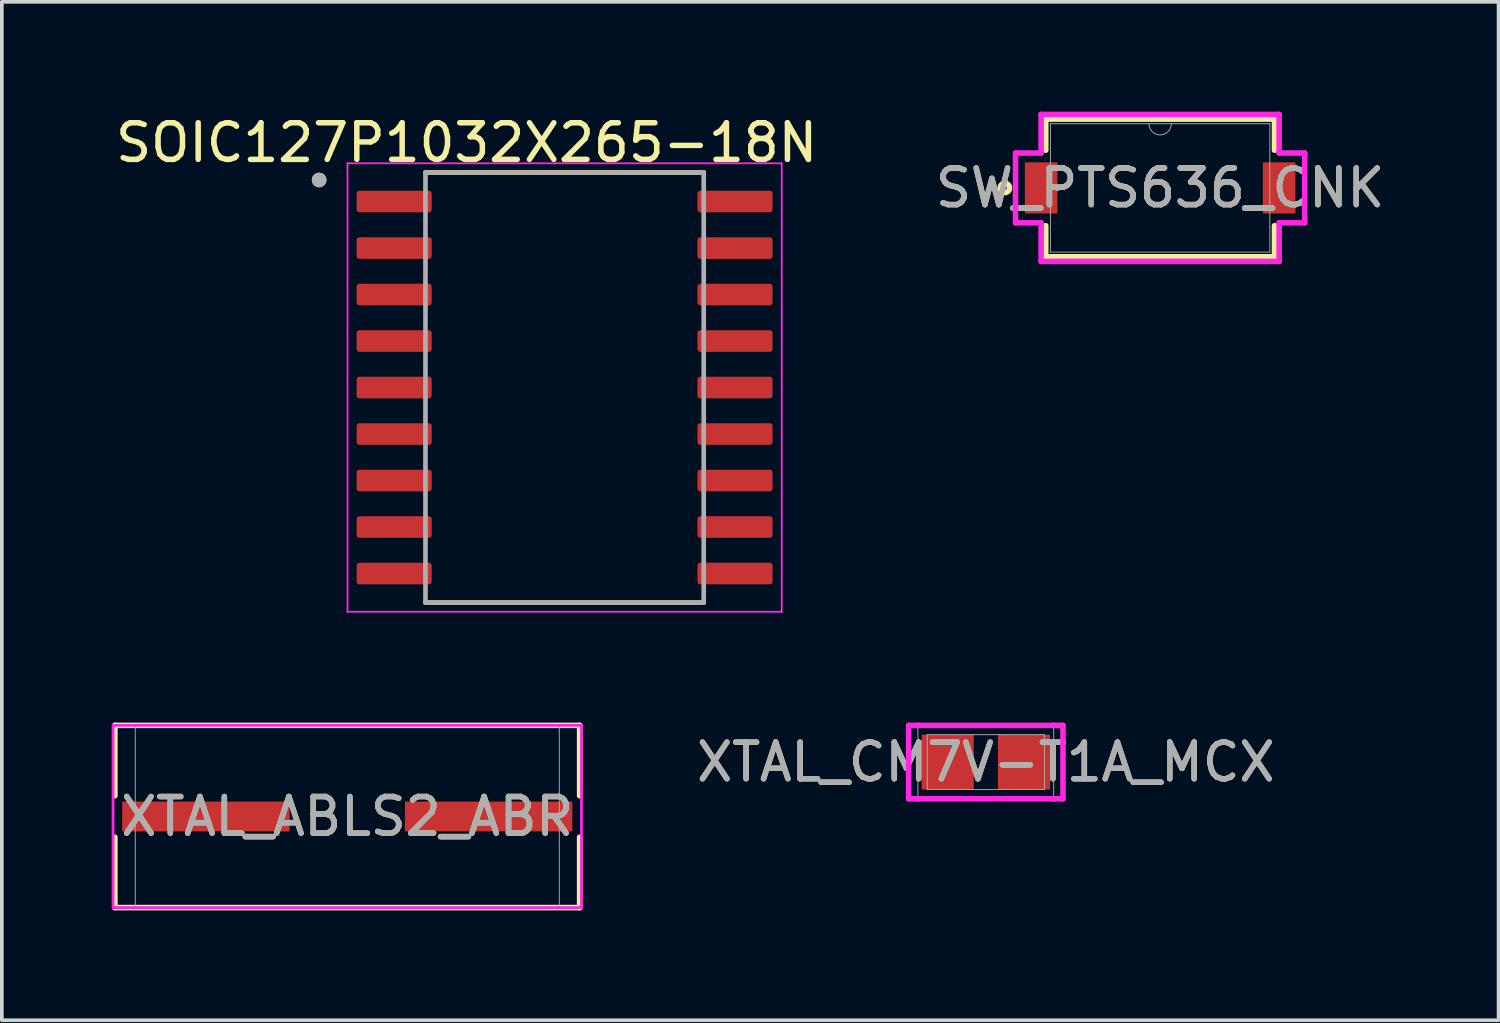
<source format=kicad_pcb>
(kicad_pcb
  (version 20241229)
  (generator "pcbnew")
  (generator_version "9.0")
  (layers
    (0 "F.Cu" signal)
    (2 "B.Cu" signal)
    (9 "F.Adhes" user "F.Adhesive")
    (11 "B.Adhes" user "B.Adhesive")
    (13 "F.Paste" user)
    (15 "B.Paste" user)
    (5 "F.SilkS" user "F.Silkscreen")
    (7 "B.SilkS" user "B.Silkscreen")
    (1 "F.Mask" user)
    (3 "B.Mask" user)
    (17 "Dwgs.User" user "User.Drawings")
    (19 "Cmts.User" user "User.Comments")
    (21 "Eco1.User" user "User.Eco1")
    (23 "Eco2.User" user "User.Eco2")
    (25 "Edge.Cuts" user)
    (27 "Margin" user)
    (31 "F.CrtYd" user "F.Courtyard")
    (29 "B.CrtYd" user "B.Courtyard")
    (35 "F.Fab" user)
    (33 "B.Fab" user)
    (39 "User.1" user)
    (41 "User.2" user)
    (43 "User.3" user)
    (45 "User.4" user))
  (footprint "SW_PTS636_CNK"
    (layer "F.Cu")
    (at 28.637 2.083)
    (property "Reference" "SW_PTS636_CNK" (at 0 0 0) (unlocked yes) (layer "F.SilkS") (effects (font (size 1 1) (thickness 0.15))))
    (attr smd)
    (fp_line (start -3.124 -1.88) (end -3.124 -1.031) (stroke (width 0.152) (type solid)) (layer "F.SilkS"))
    (fp_line (start -3.124 1.031) (end -3.124 1.88) (stroke (width 0.152) (type solid)) (layer "F.SilkS"))
    (fp_line (start -3.124 1.88) (end 3.124 1.88) (stroke (width 0.152) (type solid)) (layer "F.SilkS"))
    (fp_line (start 3.124 -1.88) (end -3.124 -1.88) (stroke (width 0.152) (type solid)) (layer "F.SilkS"))
    (fp_line (start 3.124 -1.031) (end 3.124 -1.88) (stroke (width 0.152) (type solid)) (layer "F.SilkS"))
    (fp_line (start 3.124 1.88) (end 3.124 1.031) (stroke (width 0.152) (type solid)) (layer "F.SilkS"))
    (fp_circle (center -4.241 0) (end -4.114 0) (stroke (width 0.152) (type solid)) (fill no) (layer "F.SilkS"))
    (fp_line (start -3.949 -0.953) (end -3.251 -0.953) (stroke (width 0.152) (type solid)) (layer "F.CrtYd"))
    (fp_line (start -3.949 0.953) (end -3.949 -0.953) (stroke (width 0.152) (type solid)) (layer "F.CrtYd"))
    (fp_line (start -3.949 0.953) (end -3.251 0.953) (stroke (width 0.152) (type solid)) (layer "F.CrtYd"))
    (fp_line (start -3.251 -2.007) (end 3.251 -2.007) (stroke (width 0.152) (type solid)) (layer "F.CrtYd"))
    (fp_line (start -3.251 -0.953) (end -3.251 -2.007) (stroke (width 0.152) (type solid)) (layer "F.CrtYd"))
    (fp_line (start -3.251 2.007) (end -3.251 0.953) (stroke (width 0.152) (type solid)) (layer "F.CrtYd"))
    (fp_line (start 3.251 -2.007) (end 3.251 -0.953) (stroke (width 0.152) (type solid)) (layer "F.CrtYd"))
    (fp_line (start 3.251 0.953) (end 3.251 2.007) (stroke (width 0.152) (type solid)) (layer "F.CrtYd"))
    (fp_line (start 3.251 2.007) (end -3.251 2.007) (stroke (width 0.152) (type solid)) (layer "F.CrtYd"))
    (fp_line (start 3.949 -0.953) (end 3.251 -0.953) (stroke (width 0.152) (type solid)) (layer "F.CrtYd"))
    (fp_line (start 3.949 -0.953) (end 3.949 0.953) (stroke (width 0.152) (type solid)) (layer "F.CrtYd"))
    (fp_line (start 3.949 0.953) (end 3.251 0.953) (stroke (width 0.152) (type solid)) (layer "F.CrtYd"))
    (fp_line (start -2.997 -1.753) (end -2.997 1.753) (stroke (width 0.025) (type solid)) (layer "F.Fab"))
    (fp_line (start -2.997 1.753) (end 2.997 1.753) (stroke (width 0.025) (type solid)) (layer "F.Fab"))
    (fp_line (start 2.997 -1.753) (end -2.997 -1.753) (stroke (width 0.025) (type solid)) (layer "F.Fab"))
    (fp_line (start 2.997 1.753) (end 2.997 -1.753) (stroke (width 0.025) (type solid)) (layer "F.Fab"))
    (fp_arc (start 0.3048 -1.7526) (mid 0 -1.4478) (end -0.3048 -1.7526) (stroke (width 0.0254) (type solid)) (layer "F.Fab"))
    (fp_circle (center -2.805 0) (end -2.729 0) (stroke (width 0.025) (type solid)) (fill no) (layer "F.Fab"))
    (fp_text user "${REFERENCE}" (at 0 0 0) (unlocked yes) (layer "F.Fab") (effects (font (size 1 1) (thickness 0.15))))
    (pad "1" smd rect (at -3.25 0) (size 0.889 1.397) (layers "F.Cu" "F.Mask" "F.Paste"))
    (pad "2" smd rect (at 3.25 0) (size 0.889 1.397) (layers "F.Cu" "F.Mask" "F.Paste")))
  (footprint "XTAL_ABLS2_ABR"
    (layer "F.Cu")
    (at 6.435 19.251)
    (property "Reference" "XTAL_ABLS2_ABR" (at 0 0 0) (unlocked yes) (layer "F.SilkS") (effects (font (size 1 1) (thickness 0.15))))
    (attr smd)
    (fp_line (start -6.347 -2.489) (end 6.347 -2.489) (stroke (width 0.152) (type solid)) (layer "F.SilkS"))
    (fp_line (start -6.347 -0.567) (end -6.347 -2.489) (stroke (width 0.152) (type solid)) (layer "F.SilkS"))
    (fp_line (start -6.347 2.489) (end -6.347 0.567) (stroke (width 0.152) (type solid)) (layer "F.SilkS"))
    (fp_line (start -6.347 2.489) (end 6.347 2.489) (stroke (width 0.152) (type solid)) (layer "F.SilkS"))
    (fp_line (start 6.347 -0.567) (end 6.347 -2.489) (stroke (width 0.152) (type solid)) (layer "F.SilkS"))
    (fp_line (start 6.347 2.489) (end 6.347 0.567) (stroke (width 0.152) (type solid)) (layer "F.SilkS"))
    (fp_line (start -6.397 -2.489) (end 6.397 -2.489) (stroke (width 0.076) (type solid)) (layer "F.CrtYd"))
    (fp_line (start -6.397 2.489) (end -6.397 -2.489) (stroke (width 0.076) (type solid)) (layer "F.CrtYd"))
    (fp_line (start 6.397 -2.489) (end 6.397 2.489) (stroke (width 0.076) (type solid)) (layer "F.CrtYd"))
    (fp_line (start 6.397 2.489) (end -6.397 2.489) (stroke (width 0.076) (type solid)) (layer "F.CrtYd"))
    (fp_line (start -5.791 -2.489) (end -5.791 2.489) (stroke (width 0.025) (type solid)) (layer "F.Fab"))
    (fp_line (start -5.791 2.489) (end 5.791 2.489) (stroke (width 0.025) (type solid)) (layer "F.Fab"))
    (fp_line (start 5.791 -2.489) (end -5.791 -2.489) (stroke (width 0.025) (type solid)) (layer "F.Fab"))
    (fp_line (start 5.791 2.489) (end 5.791 -2.489) (stroke (width 0.025) (type solid)) (layer "F.Fab"))
    (fp_text user "${REFERENCE}" (at 0 0 0) (unlocked yes) (layer "F.Fab") (effects (font (size 1 1) (thickness 0.15))))
    (pad "1" smd rect (at -3.861 0) (size 4.572 0.813) (layers "F.Cu" "F.Mask" "F.Paste"))
    (pad "2" smd rect (at 3.861 0) (size 4.572 0.813) (layers "F.Cu" "F.Mask" "F.Paste")))
  (footprint "XTAL_CM7V-T1A_MCX"
    (layer "F.Cu")
    (at 23.876 17.765)
    (property "Reference" "XTAL_CM7V-T1A_MCX" (at 0 0 0) (unlocked yes) (layer "F.SilkS") (effects (font (size 1 1) (thickness 0.15))))
    (attr smd)
    (fp_line (start -2.108 -1.003) (end -1.854 -1.003) (stroke (width 0.152) (type solid)) (layer "F.CrtYd"))
    (fp_line (start -2.108 1.003) (end -2.108 -1.003) (stroke (width 0.152) (type solid)) (layer "F.CrtYd"))
    (fp_line (start -1.854 -1.003) (end -1.854 -1.003) (stroke (width 0.152) (type solid)) (layer "F.CrtYd"))
    (fp_line (start -1.854 -1.003) (end 1.854 -1.003) (stroke (width 0.152) (type solid)) (layer "F.CrtYd"))
    (fp_line (start -1.854 1.003) (end -2.108 1.003) (stroke (width 0.152) (type solid)) (layer "F.CrtYd"))
    (fp_line (start -1.854 1.003) (end -1.854 1.003) (stroke (width 0.152) (type solid)) (layer "F.CrtYd"))
    (fp_line (start 1.854 -1.003) (end 1.854 -1.003) (stroke (width 0.152) (type solid)) (layer "F.CrtYd"))
    (fp_line (start 1.854 -1.003) (end 2.108 -1.003) (stroke (width 0.152) (type solid)) (layer "F.CrtYd"))
    (fp_line (start 1.854 1.003) (end -1.854 1.003) (stroke (width 0.152) (type solid)) (layer "F.CrtYd"))
    (fp_line (start 1.854 1.003) (end 1.854 1.003) (stroke (width 0.152) (type solid)) (layer "F.CrtYd"))
    (fp_line (start 2.108 -1.003) (end 2.108 1.003) (stroke (width 0.152) (type solid)) (layer "F.CrtYd"))
    (fp_line (start 2.108 1.003) (end 1.854 1.003) (stroke (width 0.152) (type solid)) (layer "F.CrtYd"))
    (fp_line (start -1.854 -1.003) (end 1.854 -1.003) (stroke (width 0.025) (type solid)) (layer "F.Fab"))
    (fp_line (start -1.854 1.003) (end -1.854 -1.003) (stroke (width 0.025) (type solid)) (layer "F.Fab"))
    (fp_line (start -1.6 -0.749) (end -1.6 0.749) (stroke (width 0.025) (type solid)) (layer "F.Fab"))
    (fp_line (start -1.6 0.749) (end 1.6 0.749) (stroke (width 0.025) (type solid)) (layer "F.Fab"))
    (fp_line (start 1.6 -0.749) (end -1.6 -0.749) (stroke (width 0.025) (type solid)) (layer "F.Fab"))
    (fp_line (start 1.6 0.749) (end 1.6 -0.749) (stroke (width 0.025) (type solid)) (layer "F.Fab"))
    (fp_line (start 1.854 -1.003) (end 1.854 1.003) (stroke (width 0.025) (type solid)) (layer "F.Fab"))
    (fp_line (start 1.854 1.003) (end -1.854 1.003) (stroke (width 0.025) (type solid)) (layer "F.Fab"))
    (fp_circle (center -1.092 0) (end -1.092 0) (stroke (width 0.025) (type solid)) (fill no) (layer "F.Fab"))
    (fp_text user "${REFERENCE}" (at 0 0 0) (unlocked yes) (layer "F.Fab") (effects (font (size 1 1) (thickness 0.15))))
    (pad "1" smd rect (at -1.041 0 90) (size 1.499 1.422) (layers "F.Cu" "F.Mask" "F.Paste"))
    (pad "2" smd rect (at 1.041 0 90) (size 1.499 1.422) (layers "F.Cu" "F.Mask" "F.Paste"))
    (zone (net_name "") (layer "F.Cu") (hatch full 0.508) (connect_pads) (min_thickness 0.254) (filled_areas_thickness no) (keepout (tracks not_allowed) (vias not_allowed) (pads allowed) (copperpour not_allowed) (footprints allowed)) (placement (enabled no)) (fill) (polygon (pts (xy 23.596 16.965) (xy 24.155 16.965) (xy 24.155 18.565) (xy 23.596 18.565)))))
  (footprint "SOIC127P1032X265-18N"
    (layer "F.Cu")
    (at 12.371 7.535)
    (property "Reference" "SOIC127P1032X265-18N" (at -2.675 -6.687 0) (layer "F.SilkS") (effects (font (size 1 1) (thickness 0.15))))
    (attr smd)
    (fp_line (start -3.8 -5.875) (end 3.8 -5.875) (stroke (width 0.127) (type solid)) (layer "F.SilkS"))
    (fp_line (start -3.8 5.875) (end 3.8 5.875) (stroke (width 0.127) (type solid)) (layer "F.SilkS"))
    (fp_circle (center -6.705 -5.67) (end -6.605 -5.67) (stroke (width 0.2) (type solid)) (fill no) (layer "F.SilkS"))
    (fp_line (start -5.93 -6.125) (end -5.93 6.125) (stroke (width 0.05) (type solid)) (layer "F.CrtYd"))
    (fp_line (start -5.93 -6.125) (end 5.93 -6.125) (stroke (width 0.05) (type solid)) (layer "F.CrtYd"))
    (fp_line (start -5.93 6.125) (end 5.93 6.125) (stroke (width 0.05) (type solid)) (layer "F.CrtYd"))
    (fp_line (start 5.93 -6.125) (end 5.93 6.125) (stroke (width 0.05) (type solid)) (layer "F.CrtYd"))
    (fp_line (start -3.8 -5.875) (end -3.8 5.875) (stroke (width 0.127) (type solid)) (layer "F.Fab"))
    (fp_line (start -3.8 -5.875) (end 3.8 -5.875) (stroke (width 0.127) (type solid)) (layer "F.Fab"))
    (fp_line (start -3.8 5.875) (end 3.8 5.875) (stroke (width 0.127) (type solid)) (layer "F.Fab"))
    (fp_line (start 3.8 -5.875) (end 3.8 5.875) (stroke (width 0.127) (type solid)) (layer "F.Fab"))
    (fp_circle (center -6.705 -5.67) (end -6.605 -5.67) (stroke (width 0.2) (type solid)) (fill no) (layer "F.Fab"))
    (pad "1" smd roundrect (at -4.655 -5.08) (size 2.05 0.59) (layers "F.Cu" "F.Mask" "F.Paste") (roundrect_rratio 0.125))
    (pad "2" smd roundrect (at -4.655 -3.81) (size 2.05 0.59) (layers "F.Cu" "F.Mask" "F.Paste") (roundrect_rratio 0.125))
    (pad "3" smd roundrect (at -4.655 -2.54) (size 2.05 0.59) (layers "F.Cu" "F.Mask" "F.Paste") (roundrect_rratio 0.125))
    (pad "4" smd roundrect (at -4.655 -1.27) (size 2.05 0.59) (layers "F.Cu" "F.Mask" "F.Paste") (roundrect_rratio 0.125))
    (pad "5" smd roundrect (at -4.655 0) (size 2.05 0.59) (layers "F.Cu" "F.Mask" "F.Paste") (roundrect_rratio 0.125))
    (pad "6" smd roundrect (at -4.655 1.27) (size 2.05 0.59) (layers "F.Cu" "F.Mask" "F.Paste") (roundrect_rratio 0.125))
    (pad "7" smd roundrect (at -4.655 2.54) (size 2.05 0.59) (layers "F.Cu" "F.Mask" "F.Paste") (roundrect_rratio 0.125))
    (pad "8" smd roundrect (at -4.655 3.81) (size 2.05 0.59) (layers "F.Cu" "F.Mask" "F.Paste") (roundrect_rratio 0.125))
    (pad "9" smd roundrect (at -4.655 5.08) (size 2.05 0.59) (layers "F.Cu" "F.Mask" "F.Paste") (roundrect_rratio 0.125))
    (pad "10" smd roundrect (at 4.655 5.08) (size 2.05 0.59) (layers "F.Cu" "F.Mask" "F.Paste") (roundrect_rratio 0.125))
    (pad "11" smd roundrect (at 4.655 3.81) (size 2.05 0.59) (layers "F.Cu" "F.Mask" "F.Paste") (roundrect_rratio 0.125))
    (pad "12" smd roundrect (at 4.655 2.54) (size 2.05 0.59) (layers "F.Cu" "F.Mask" "F.Paste") (roundrect_rratio 0.125))
    (pad "13" smd roundrect (at 4.655 1.27) (size 2.05 0.59) (layers "F.Cu" "F.Mask" "F.Paste") (roundrect_rratio 0.125))
    (pad "14" smd roundrect (at 4.655 0) (size 2.05 0.59) (layers "F.Cu" "F.Mask" "F.Paste") (roundrect_rratio 0.125))
    (pad "15" smd roundrect (at 4.655 -1.27) (size 2.05 0.59) (layers "F.Cu" "F.Mask" "F.Paste") (roundrect_rratio 0.125))
    (pad "16" smd roundrect (at 4.655 -2.54) (size 2.05 0.59) (layers "F.Cu" "F.Mask" "F.Paste") (roundrect_rratio 0.125))
    (pad "17" smd roundrect (at 4.655 -3.81) (size 2.05 0.59) (layers "F.Cu" "F.Mask" "F.Paste") (roundrect_rratio 0.125))
    (pad "18" smd roundrect (at 4.655 -5.08) (size 2.05 0.59) (layers "F.Cu" "F.Mask" "F.Paste") (roundrect_rratio 0.125)))
  (gr_rect
    (start -3 -3)
    (end 37.881 24.816)
    (stroke (width 0.1) (type default))
    (fill no)
    (layer "Edge.Cuts")))
</source>
